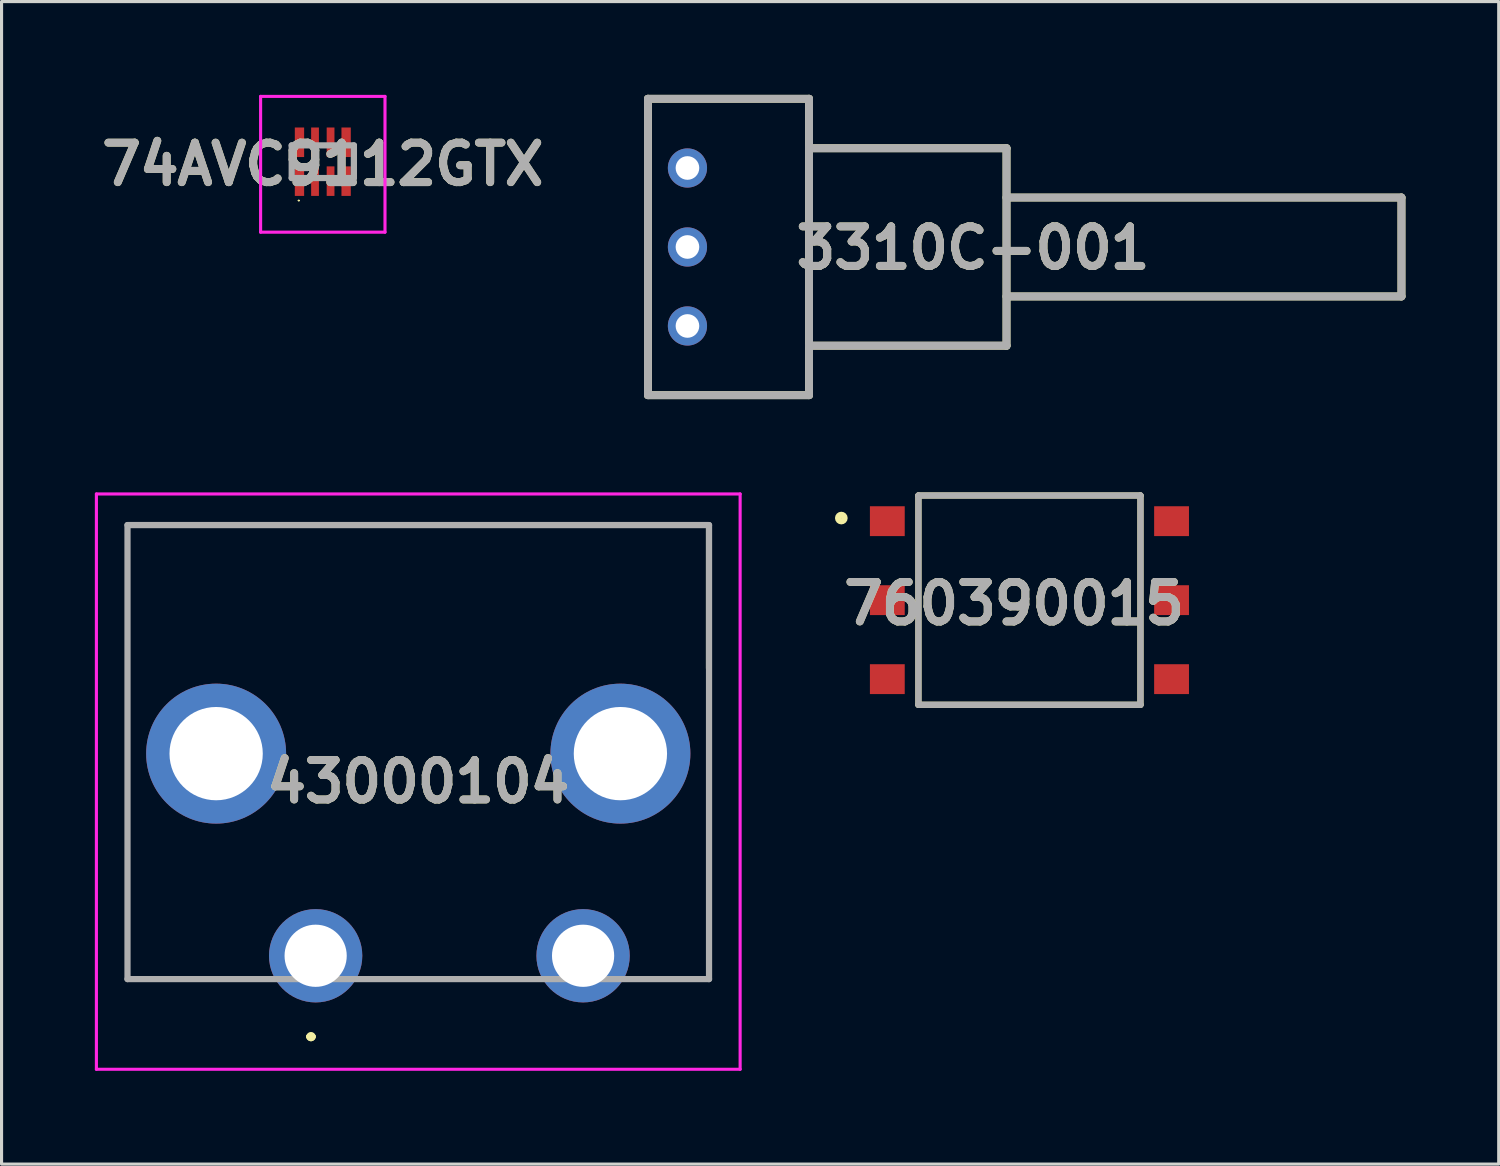
<source format=kicad_pcb>
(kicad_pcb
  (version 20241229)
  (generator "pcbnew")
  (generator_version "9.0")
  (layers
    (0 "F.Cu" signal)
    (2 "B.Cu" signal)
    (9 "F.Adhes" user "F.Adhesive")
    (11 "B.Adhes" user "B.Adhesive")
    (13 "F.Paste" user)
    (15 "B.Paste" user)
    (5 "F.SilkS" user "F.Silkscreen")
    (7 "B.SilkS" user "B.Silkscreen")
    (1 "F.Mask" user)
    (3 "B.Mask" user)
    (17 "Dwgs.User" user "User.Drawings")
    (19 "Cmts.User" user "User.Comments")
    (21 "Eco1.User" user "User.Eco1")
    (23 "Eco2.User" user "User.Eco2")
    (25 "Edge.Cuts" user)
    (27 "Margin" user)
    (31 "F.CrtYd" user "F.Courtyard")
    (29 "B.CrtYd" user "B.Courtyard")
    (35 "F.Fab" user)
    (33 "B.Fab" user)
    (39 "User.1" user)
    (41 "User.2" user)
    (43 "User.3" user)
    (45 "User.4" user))
  (footprint "74AVC9112GTX"
    (layer "F.Cu")
    (at 7.33 2.15)
    (property "Reference" "74AVC9112GTX" (at 0 0.083 0) (layer "F.SilkS") (effects (font (size 1.27 1.27) (thickness 0.254))))
    (attr smd)
    (fp_line (start -0.789 1.249) (end -0.789 1.249) (stroke (width 0.034) (type solid)) (layer "F.SilkS"))
    (fp_line (start -0.755 1.249) (end -0.755 1.249) (stroke (width 0.034) (type solid)) (layer "F.SilkS"))
    (fp_arc (start -0.789 1.249) (mid -0.772 1.232) (end -0.755 1.249) (stroke (width 0.03362) (type solid)) (layer "F.SilkS"))
    (fp_arc (start -0.755 1.249) (mid -0.772 1.266) (end -0.789 1.249) (stroke (width 0.03362) (type solid)) (layer "F.SilkS"))
    (fp_line (start -2 -2.1) (end 2 -2.1) (stroke (width 0.1) (type solid)) (layer "F.CrtYd"))
    (fp_line (start -2 2.266) (end -2 -2.1) (stroke (width 0.1) (type solid)) (layer "F.CrtYd"))
    (fp_line (start 2 -2.1) (end 2 2.266) (stroke (width 0.1) (type solid)) (layer "F.CrtYd"))
    (fp_line (start 2 2.266) (end -2 2.266) (stroke (width 0.1) (type solid)) (layer "F.CrtYd"))
    (fp_line (start -1 -0.525) (end 1 -0.525) (stroke (width 0.2) (type solid)) (layer "F.Fab"))
    (fp_line (start -1 0.525) (end -1 -0.525) (stroke (width 0.2) (type solid)) (layer "F.Fab"))
    (fp_line (start 1 -0.525) (end 1 0.525) (stroke (width 0.2) (type solid)) (layer "F.Fab"))
    (fp_line (start 1 0.525) (end -1 0.525) (stroke (width 0.2) (type solid)) (layer "F.Fab"))
    (fp_text user "${REFERENCE}" (at 0 0.083 0) (layer "F.Fab") (effects (font (size 1.27 1.27) (thickness 0.254))))
    (pad "1" smd rect (at -0.75 0.6) (size 0.3 1) (layers "F.Cu" "F.Mask" "F.Paste"))
    (pad "2" smd rect (at -0.25 0.625) (size 0.25 0.95) (layers "F.Cu" "F.Mask" "F.Paste"))
    (pad "3" smd rect (at 0.25 0.625) (size 0.25 0.95) (layers "F.Cu" "F.Mask" "F.Paste"))
    (pad "4" smd rect (at 0.75 0.625) (size 0.3 0.95) (layers "F.Cu" "F.Mask" "F.Paste"))
    (pad "5" smd rect (at 0.75 -0.625) (size 0.3 0.95) (layers "F.Cu" "F.Mask" "F.Paste"))
    (pad "6" smd rect (at 0.25 -0.625) (size 0.25 0.95) (layers "F.Cu" "F.Mask" "F.Paste"))
    (pad "7" smd rect (at -0.25 -0.625) (size 0.25 0.95) (layers "F.Cu" "F.Mask" "F.Paste"))
    (pad "8" smd rect (at -0.75 -0.625) (size 0.3 0.95) (layers "F.Cu" "F.Mask" "F.Paste")))
  (footprint "760390015"
    (layer "F.Cu")
    (at 30.053 16.249)
    (property "Reference" "760390015" (at -0.495 0.11 0) (layer "F.SilkS") (effects (font (size 1.27 1.27) (thickness 0.254))))
    (attr smd)
    (fp_line (start -3.57 -3.365) (end 3.57 -3.365) (stroke (width 0.2) (type solid)) (layer "F.SilkS"))
    (fp_line (start -3.57 3.365) (end -3.57 -3.365) (stroke (width 0.2) (type solid)) (layer "F.SilkS"))
    (fp_line (start 3.57 -3.365) (end 3.57 3.365) (stroke (width 0.2) (type solid)) (layer "F.SilkS"))
    (fp_line (start 3.57 3.365) (end -3.57 3.365) (stroke (width 0.2) (type solid)) (layer "F.SilkS"))
    (fp_circle (center -6.049 -2.64) (end -6.049 -2.536) (stroke (width 0.2) (type solid)) (fill no) (layer "F.SilkS"))
    (fp_line (start -3.57 -3.365) (end 3.57 -3.365) (stroke (width 0.2) (type solid)) (layer "F.Fab"))
    (fp_line (start -3.57 3.365) (end -3.57 -3.365) (stroke (width 0.2) (type solid)) (layer "F.Fab"))
    (fp_line (start 3.57 -3.365) (end 3.57 3.365) (stroke (width 0.2) (type solid)) (layer "F.Fab"))
    (fp_line (start 3.57 3.365) (end -3.57 3.365) (stroke (width 0.2) (type solid)) (layer "F.Fab"))
    (fp_text user "${REFERENCE}" (at -0.495 0.11 0) (layer "F.Fab") (effects (font (size 1.27 1.27) (thickness 0.254))))
    (pad "1" smd rect (at -4.57 -2.54 90) (size 0.96 1.12) (layers "F.Cu" "F.Mask" "F.Paste"))
    (pad "2" smd rect (at -4.57 0 90) (size 0.96 1.12) (layers "F.Cu" "F.Mask" "F.Paste"))
    (pad "3" smd rect (at -4.57 2.54 90) (size 0.96 1.12) (layers "F.Cu" "F.Mask" "F.Paste"))
    (pad "4" smd rect (at 4.57 2.54 90) (size 0.96 1.12) (layers "F.Cu" "F.Mask" "F.Paste"))
    (pad "5" smd rect (at 4.57 0 90) (size 0.96 1.12) (layers "F.Cu" "F.Mask" "F.Paste"))
    (pad "6" smd rect (at 4.57 -2.54 90) (size 0.96 1.12) (layers "F.Cu" "F.Mask" "F.Paste")))
  (footprint "3310C-001"
    (layer "F.Cu")
    (at 29.316 4.892)
    (property "Reference" "3310C-001" (at -1.079 0.034 0) (layer "F.SilkS") (effects (font (size 1.27 1.27) (thickness 0.254))))
    (attr through_hole)
    (fp_line (start -11.53 -4.765) (end -6.35 -4.765) (stroke (width 0.254) (type solid)) (layer "F.SilkS"))
    (fp_line (start -11.53 4.765) (end -11.53 -4.765) (stroke (width 0.254) (type solid)) (layer "F.SilkS"))
    (fp_line (start -6.35 -4.765) (end -6.35 4.765) (stroke (width 0.254) (type solid)) (layer "F.SilkS"))
    (fp_line (start -6.35 3.175) (end 0 3.175) (stroke (width 0.254) (type solid)) (layer "F.SilkS"))
    (fp_line (start -6.35 4.765) (end -11.53 4.765) (stroke (width 0.254) (type solid)) (layer "F.SilkS"))
    (fp_line (start 0 -3.175) (end -6.35 -3.175) (stroke (width 0.254) (type solid)) (layer "F.SilkS"))
    (fp_line (start 0 -1.59) (end 12.7 -1.59) (stroke (width 0.254) (type solid)) (layer "F.SilkS"))
    (fp_line (start 0 3.175) (end 0 -3.175) (stroke (width 0.254) (type solid)) (layer "F.SilkS"))
    (fp_line (start 12.7 -1.59) (end 12.7 1.59) (stroke (width 0.254) (type solid)) (layer "F.SilkS"))
    (fp_line (start 12.7 1.59) (end 0 1.59) (stroke (width 0.254) (type solid)) (layer "F.SilkS"))
    (fp_line (start -11.53 -4.765) (end -6.35 -4.765) (stroke (width 0.254) (type solid)) (layer "F.Fab"))
    (fp_line (start -11.53 4.765) (end -11.53 -4.765) (stroke (width 0.254) (type solid)) (layer "F.Fab"))
    (fp_line (start -6.35 -4.765) (end -6.35 4.765) (stroke (width 0.254) (type solid)) (layer "F.Fab"))
    (fp_line (start -6.35 -3.175) (end 0 -3.175) (stroke (width 0.254) (type solid)) (layer "F.Fab"))
    (fp_line (start -6.35 4.765) (end -11.53 4.765) (stroke (width 0.254) (type solid)) (layer "F.Fab"))
    (fp_line (start 0 -3.175) (end 0 3.175) (stroke (width 0.254) (type solid)) (layer "F.Fab"))
    (fp_line (start 0 -1.59) (end 12.7 -1.59) (stroke (width 0.254) (type solid)) (layer "F.Fab"))
    (fp_line (start 0 3.175) (end -6.35 3.175) (stroke (width 0.254) (type solid)) (layer "F.Fab"))
    (fp_line (start 12.7 -1.59) (end 12.7 1.59) (stroke (width 0.254) (type solid)) (layer "F.Fab"))
    (fp_line (start 12.7 1.59) (end 0 1.59) (stroke (width 0.254) (type solid)) (layer "F.Fab"))
    (fp_text user "${REFERENCE}" (at -1.079 0.034 0) (layer "F.Fab") (effects (font (size 1.27 1.27) (thickness 0.254))))
    (pad "1" thru_hole circle (at -10.26 2.54) (size 1.26 1.26) (drill 0.76) (layers "*.Cu" "*.Mask"))
    (pad "2" thru_hole circle (at -10.26 0) (size 1.26 1.26) (drill 0.76) (layers "*.Cu" "*.Mask"))
    (pad "3" thru_hole circle (at -10.26 -2.54) (size 1.26 1.26) (drill 0.76) (layers "*.Cu" "*.Mask")))
  (footprint "43000104"
    (layer "F.Cu")
    (at 7.1 27.684)
    (property "Reference" "43000104" (at 3.3 -5.6 0) (layer "F.SilkS") (effects (font (size 1.27 1.27) (thickness 0.254))))
    (attr through_hole)
    (fp_line (start -6.05 -13.85) (end -6.05 -13.85) (stroke (width 0.1) (type solid)) (layer "F.SilkS"))
    (fp_line (start -6.05 -13.85) (end -6.05 -13.85) (stroke (width 0.1) (type solid)) (layer "F.SilkS"))
    (fp_line (start -6.05 -13.85) (end -6.05 0.75) (stroke (width 0.1) (type solid)) (layer "F.SilkS"))
    (fp_line (start -6.05 -13.85) (end 12.6 -13.85) (stroke (width 0.1) (type solid)) (layer "F.SilkS"))
    (fp_line (start -6.05 0.75) (end -6.05 -13.85) (stroke (width 0.1) (type solid)) (layer "F.SilkS"))
    (fp_line (start -6.05 0.75) (end -6.05 0.75) (stroke (width 0.1) (type solid)) (layer "F.SilkS"))
    (fp_line (start -6.05 0.75) (end -6.05 0.75) (stroke (width 0.1) (type solid)) (layer "F.SilkS"))
    (fp_line (start -6.05 0.75) (end -2.65 0.75) (stroke (width 0.1) (type solid)) (layer "F.SilkS"))
    (fp_line (start -2.65 0.75) (end -6.05 0.75) (stroke (width 0.1) (type solid)) (layer "F.SilkS"))
    (fp_line (start -2.65 0.75) (end -2.65 0.75) (stroke (width 0.1) (type solid)) (layer "F.SilkS"))
    (fp_line (start -0.2 2.6) (end -0.2 2.6) (stroke (width 0.2) (type solid)) (layer "F.SilkS"))
    (fp_line (start -0.2 2.6) (end -0.2 2.6) (stroke (width 0.2) (type solid)) (layer "F.SilkS"))
    (fp_line (start -0.1 2.6) (end -0.1 2.6) (stroke (width 0.2) (type solid)) (layer "F.SilkS"))
    (fp_line (start 2.35 0.75) (end 2.35 0.75) (stroke (width 0.1) (type solid)) (layer "F.SilkS"))
    (fp_line (start 2.35 0.75) (end 6.35 0.75) (stroke (width 0.1) (type solid)) (layer "F.SilkS"))
    (fp_line (start 6.35 0.75) (end 2.35 0.75) (stroke (width 0.1) (type solid)) (layer "F.SilkS"))
    (fp_line (start 6.35 0.75) (end 6.35 0.75) (stroke (width 0.1) (type solid)) (layer "F.SilkS"))
    (fp_line (start 10.85 0.75) (end 10.85 0.75) (stroke (width 0.1) (type solid)) (layer "F.SilkS"))
    (fp_line (start 10.85 0.75) (end 12.65 0.75) (stroke (width 0.1) (type solid)) (layer "F.SilkS"))
    (fp_line (start 12.6 -13.85) (end -6.05 -13.85) (stroke (width 0.1) (type solid)) (layer "F.SilkS"))
    (fp_line (start 12.6 -13.85) (end 12.6 -13.85) (stroke (width 0.1) (type solid)) (layer "F.SilkS"))
    (fp_line (start 12.6 -13.85) (end 12.65 -13.85) (stroke (width 0.1) (type solid)) (layer "F.SilkS"))
    (fp_line (start 12.6 -9.25) (end 12.6 -13.85) (stroke (width 0.1) (type solid)) (layer "F.SilkS"))
    (fp_line (start 12.65 -13.85) (end 12.65 -9.25) (stroke (width 0.1) (type solid)) (layer "F.SilkS"))
    (fp_line (start 12.65 -9.25) (end 12.6 -9.25) (stroke (width 0.1) (type solid)) (layer "F.SilkS"))
    (fp_line (start 12.65 -3.75) (end 12.65 -3.75) (stroke (width 0.1) (type solid)) (layer "F.SilkS"))
    (fp_line (start 12.65 -3.75) (end 12.65 0.75) (stroke (width 0.1) (type solid)) (layer "F.SilkS"))
    (fp_line (start 12.65 0.75) (end 10.85 0.75) (stroke (width 0.1) (type solid)) (layer "F.SilkS"))
    (fp_line (start 12.65 0.75) (end 12.65 -3.75) (stroke (width 0.1) (type solid)) (layer "F.SilkS"))
    (fp_line (start 12.65 0.75) (end 12.65 0.75) (stroke (width 0.1) (type solid)) (layer "F.SilkS"))
    (fp_line (start 12.65 0.75) (end 12.65 0.75) (stroke (width 0.1) (type solid)) (layer "F.SilkS"))
    (fp_arc (start -0.2 2.6) (mid -0.15 2.55) (end -0.1 2.6) (stroke (width 0.2) (type solid)) (layer "F.SilkS"))
    (fp_arc (start -0.1 2.6) (mid -0.15 2.65) (end -0.2 2.6) (stroke (width 0.2) (type solid)) (layer "F.SilkS"))
    (fp_arc (start -0.1 2.6) (mid -0.15 2.65) (end -0.2 2.6) (stroke (width 0.2) (type solid)) (layer "F.SilkS"))
    (fp_line (start -7.05 -14.85) (end 13.65 -14.85) (stroke (width 0.1) (type solid)) (layer "F.CrtYd"))
    (fp_line (start -7.05 3.65) (end -7.05 -14.85) (stroke (width 0.1) (type solid)) (layer "F.CrtYd"))
    (fp_line (start 13.65 -14.85) (end 13.65 3.65) (stroke (width 0.1) (type solid)) (layer "F.CrtYd"))
    (fp_line (start 13.65 3.65) (end -7.05 3.65) (stroke (width 0.1) (type solid)) (layer "F.CrtYd"))
    (fp_line (start -6.05 -13.85) (end -6.05 0.75) (stroke (width 0.2) (type solid)) (layer "F.Fab"))
    (fp_line (start -6.05 0.75) (end 12.65 0.75) (stroke (width 0.2) (type solid)) (layer "F.Fab"))
    (fp_line (start 12.65 -13.85) (end -6.05 -13.85) (stroke (width 0.2) (type solid)) (layer "F.Fab"))
    (fp_line (start 12.65 0.75) (end 12.65 -13.85) (stroke (width 0.2) (type solid)) (layer "F.Fab"))
    (fp_text user "${REFERENCE}" (at 3.3 -5.6 0) (layer "F.Fab") (effects (font (size 1.27 1.27) (thickness 0.254))))
    (pad "1" thru_hole circle (at 0 0) (size 3 3) (drill 2) (layers "*.Cu" "*.Mask"))
    (pad "2" thru_hole circle (at 8.6 0) (size 3 3) (drill 2) (layers "*.Cu" "*.Mask"))
    (pad "MH1" thru_hole circle (at -3.2 -6.5) (size 4.5 4.5) (drill 3) (layers "*.Cu" "*.Mask"))
    (pad "MH2" thru_hole circle (at 9.8 -6.5) (size 4.5 4.5) (drill 3) (layers "*.Cu" "*.Mask")))
  (gr_rect
    (start -3 -3)
    (end 45.143 34.384)
    (stroke (width 0.1) (type default))
    (fill no)
    (layer "Edge.Cuts")))
</source>
